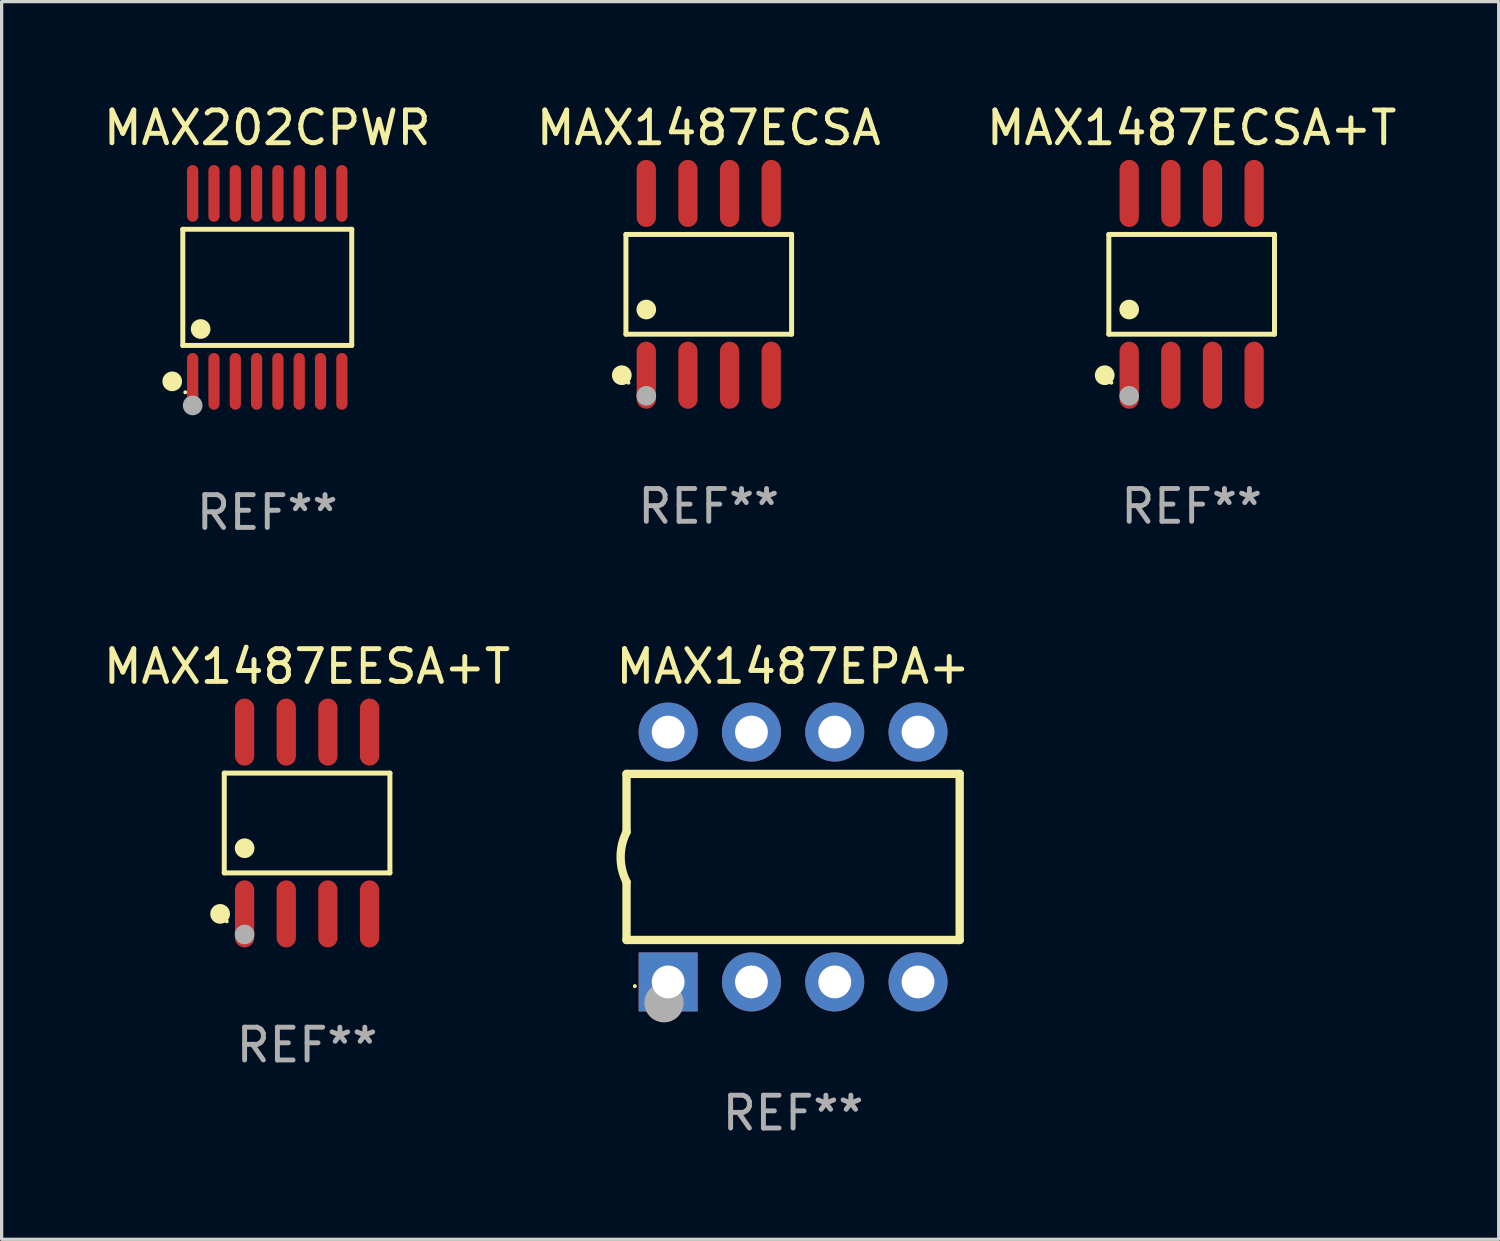
<source format=kicad_pcb>
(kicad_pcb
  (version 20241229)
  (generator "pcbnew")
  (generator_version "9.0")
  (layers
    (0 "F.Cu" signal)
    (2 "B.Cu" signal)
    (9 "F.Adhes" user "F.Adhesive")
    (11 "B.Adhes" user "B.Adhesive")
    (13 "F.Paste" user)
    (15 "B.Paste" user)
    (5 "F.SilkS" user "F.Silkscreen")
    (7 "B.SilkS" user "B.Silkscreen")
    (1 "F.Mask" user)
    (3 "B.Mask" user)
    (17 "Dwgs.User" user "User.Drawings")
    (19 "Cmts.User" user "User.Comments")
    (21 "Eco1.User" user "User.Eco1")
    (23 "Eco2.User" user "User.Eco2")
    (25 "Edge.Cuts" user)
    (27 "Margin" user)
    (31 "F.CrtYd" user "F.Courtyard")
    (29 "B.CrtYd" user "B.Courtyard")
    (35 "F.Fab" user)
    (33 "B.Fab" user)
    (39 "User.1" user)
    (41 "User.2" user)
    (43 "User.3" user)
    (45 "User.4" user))
  (footprint "MAX1487EPA+"
    (layer "F.Cu")
    (at 21.137 23.086)
    (property "Reference" "MAX1487EPA+" (at 0 -5.81 0) (layer "F.SilkS") (effects (font (size 1 1) (thickness 0.15))))
    (attr through_hole)
    (fp_line (start -5.08 -2.534) (end 5.08 -2.534) (stroke (width 0.254) (type solid)) (layer "F.SilkS"))
    (fp_line (start -5.08 -0.762) (end -5.08 -2.534) (stroke (width 0.254) (type solid)) (layer "F.SilkS"))
    (fp_line (start -5.08 2.531) (end -5.08 0.762) (stroke (width 0.254) (type solid)) (layer "F.SilkS"))
    (fp_line (start -5.08 2.531) (end 5.08 2.531) (stroke (width 0.254) (type solid)) (layer "F.SilkS"))
    (fp_line (start 5.08 2.531) (end 5.08 -2.534) (stroke (width 0.254) (type solid)) (layer "F.SilkS"))
    (fp_arc (start -5.08001 0.762001) (mid -5.259894 0) (end -5.08001 -0.762002) (stroke (width 0.254001) (type solid)) (layer "F.SilkS"))
    (fp_circle (center -4.826 3.937) (end -4.796 3.937) (stroke (width 0.06) (type solid)) (fill no) (layer "F.SilkS"))
    (fp_circle (center -3.937 4.445) (end -3.637 4.445) (stroke (width 0.6) (type solid)) (fill no) (layer "F.Fab"))
    (fp_text user "REF**" (at 0 7.81 0) (layer "F.Fab") (effects (font (size 1 1) (thickness 0.15))))
    (pad "1" thru_hole rect (at -3.81 3.81) (size 1.8 1.8) (drill 1) (layers "*.Cu" "*.Mask"))
    (pad "2" thru_hole circle (at -1.27 3.81) (size 1.8 1.8) (drill 1) (layers "*.Cu" "*.Mask"))
    (pad "3" thru_hole circle (at 1.27 3.81) (size 1.8 1.8) (drill 1) (layers "*.Cu" "*.Mask"))
    (pad "4" thru_hole circle (at 3.81 3.81) (size 1.8 1.8) (drill 1) (layers "*.Cu" "*.Mask"))
    (pad "5" thru_hole circle (at 3.81 -3.81) (size 1.8 1.8) (drill 1) (layers "*.Cu" "*.Mask"))
    (pad "6" thru_hole circle (at 1.27 -3.81) (size 1.8 1.8) (drill 1) (layers "*.Cu" "*.Mask"))
    (pad "7" thru_hole circle (at -1.27 -3.81) (size 1.8 1.8) (drill 1) (layers "*.Cu" "*.Mask"))
    (pad "8" thru_hole circle (at -3.81 -3.81) (size 1.8 1.8) (drill 1) (layers "*.Cu" "*.Mask")))
  (footprint "MAX202CPWR"
    (layer "F.Cu")
    (at 5.101 5.714)
    (property "Reference" "MAX202CPWR" (at 0 -4.866 0) (layer "F.SilkS") (effects (font (size 1 1) (thickness 0.15))))
    (attr through_hole)
    (fp_line (start -2.576 -1.772) (end 2.576 -1.772) (stroke (width 0.152) (type solid)) (layer "F.SilkS"))
    (fp_line (start -2.576 1.771) (end -2.576 -1.772) (stroke (width 0.152) (type solid)) (layer "F.SilkS"))
    (fp_line (start 2.576 -1.772) (end 2.576 1.771) (stroke (width 0.152) (type solid)) (layer "F.SilkS"))
    (fp_line (start 2.576 1.771) (end -2.576 1.771) (stroke (width 0.152) (type solid)) (layer "F.SilkS"))
    (fp_circle (center -2.899 2.866) (end -2.749 2.866) (stroke (width 0.3) (type solid)) (fill no) (layer "F.SilkS"))
    (fp_circle (center -2.5 3.2) (end -2.47 3.2) (stroke (width 0.06) (type solid)) (fill no) (layer "F.SilkS"))
    (fp_circle (center -2.032 1.27) (end -1.882 1.27) (stroke (width 0.3) (type solid)) (fill no) (layer "F.SilkS"))
    (fp_circle (center -2.275 3.6) (end -2.125 3.6) (stroke (width 0.3) (type solid)) (fill no) (layer "F.Fab"))
    (fp_text user "REF**" (at 0 6.866 0) (layer "F.Fab") (effects (font (size 1 1) (thickness 0.15))))
    (pad "1" smd oval (at -2.275 2.866) (size 0.343 1.731) (layers "F.Cu" "F.Mask" "F.Paste"))
    (pad "2" smd oval (at -1.625 2.866) (size 0.343 1.731) (layers "F.Cu" "F.Mask" "F.Paste"))
    (pad "3" smd oval (at -0.975 2.866) (size 0.343 1.731) (layers "F.Cu" "F.Mask" "F.Paste"))
    (pad "4" smd oval (at -0.325 2.866) (size 0.343 1.731) (layers "F.Cu" "F.Mask" "F.Paste"))
    (pad "5" smd oval (at 0.325 2.866) (size 0.343 1.731) (layers "F.Cu" "F.Mask" "F.Paste"))
    (pad "6" smd oval (at 0.975 2.866) (size 0.343 1.731) (layers "F.Cu" "F.Mask" "F.Paste"))
    (pad "7" smd oval (at 1.625 2.866) (size 0.343 1.731) (layers "F.Cu" "F.Mask" "F.Paste"))
    (pad "8" smd oval (at 2.275 2.866) (size 0.343 1.731) (layers "F.Cu" "F.Mask" "F.Paste"))
    (pad "9" smd oval (at 2.275 -2.866) (size 0.343 1.731) (layers "F.Cu" "F.Mask" "F.Paste"))
    (pad "10" smd oval (at 1.625 -2.866) (size 0.343 1.731) (layers "F.Cu" "F.Mask" "F.Paste"))
    (pad "11" smd oval (at 0.975 -2.866) (size 0.343 1.731) (layers "F.Cu" "F.Mask" "F.Paste"))
    (pad "12" smd oval (at 0.325 -2.866) (size 0.343 1.731) (layers "F.Cu" "F.Mask" "F.Paste"))
    (pad "13" smd oval (at -0.325 -2.866) (size 0.343 1.731) (layers "F.Cu" "F.Mask" "F.Paste"))
    (pad "14" smd oval (at -0.975 -2.866) (size 0.343 1.731) (layers "F.Cu" "F.Mask" "F.Paste"))
    (pad "15" smd oval (at -1.625 -2.866) (size 0.343 1.731) (layers "F.Cu" "F.Mask" "F.Paste"))
    (pad "16" smd oval (at -2.275 -2.866) (size 0.343 1.731) (layers "F.Cu" "F.Mask" "F.Paste")))
  (footprint "MAX1487ECSA"
    (layer "F.Cu")
    (at 18.565 5.621)
    (property "Reference" "MAX1487ECSA" (at 0 -4.772 0) (layer "F.SilkS") (effects (font (size 1 1) (thickness 0.15))))
    (attr through_hole)
    (fp_line (start -2.526 -1.521) (end 2.526 -1.521) (stroke (width 0.152) (type solid)) (layer "F.SilkS"))
    (fp_line (start -2.526 1.521) (end -2.526 -1.521) (stroke (width 0.152) (type solid)) (layer "F.SilkS"))
    (fp_line (start 2.526 -1.521) (end 2.526 1.521) (stroke (width 0.152) (type solid)) (layer "F.SilkS"))
    (fp_line (start 2.526 1.521) (end -2.526 1.521) (stroke (width 0.152) (type solid)) (layer "F.SilkS"))
    (fp_circle (center -2.652 2.772) (end -2.501 2.772) (stroke (width 0.3) (type solid)) (fill no) (layer "F.SilkS"))
    (fp_circle (center -2.45 3) (end -2.42 3) (stroke (width 0.06) (type solid)) (fill no) (layer "F.SilkS"))
    (fp_circle (center -1.905 0.769) (end -1.755 0.769) (stroke (width 0.3) (type solid)) (fill no) (layer "F.SilkS"))
    (fp_circle (center -1.905 3.4) (end -1.755 3.4) (stroke (width 0.3) (type solid)) (fill no) (layer "F.Fab"))
    (fp_text user "REF**" (at 0 6.772 0) (layer "F.Fab") (effects (font (size 1 1) (thickness 0.15))))
    (pad "1" smd oval (at -1.905 2.772) (size 0.588 2.045) (layers "F.Cu" "F.Mask" "F.Paste"))
    (pad "2" smd oval (at -0.635 2.772) (size 0.588 2.045) (layers "F.Cu" "F.Mask" "F.Paste"))
    (pad "3" smd oval (at 0.635 2.772) (size 0.588 2.045) (layers "F.Cu" "F.Mask" "F.Paste"))
    (pad "4" smd oval (at 1.905 2.772) (size 0.588 2.045) (layers "F.Cu" "F.Mask" "F.Paste"))
    (pad "5" smd oval (at 1.905 -2.772) (size 0.588 2.045) (layers "F.Cu" "F.Mask" "F.Paste"))
    (pad "6" smd oval (at 0.635 -2.772) (size 0.588 2.045) (layers "F.Cu" "F.Mask" "F.Paste"))
    (pad "7" smd oval (at -0.635 -2.772) (size 0.588 2.045) (layers "F.Cu" "F.Mask" "F.Paste"))
    (pad "8" smd oval (at -1.905 -2.772) (size 0.588 2.045) (layers "F.Cu" "F.Mask" "F.Paste")))
  (footprint "MAX1487EESA+T"
    (layer "F.Cu")
    (at 6.315 22.049)
    (property "Reference" "MAX1487EESA+T" (at 0 -4.772 0) (layer "F.SilkS") (effects (font (size 1 1) (thickness 0.15))))
    (attr through_hole)
    (fp_line (start -2.526 -1.521) (end 2.526 -1.521) (stroke (width 0.152) (type solid)) (layer "F.SilkS"))
    (fp_line (start -2.526 1.521) (end -2.526 -1.521) (stroke (width 0.152) (type solid)) (layer "F.SilkS"))
    (fp_line (start 2.526 -1.521) (end 2.526 1.521) (stroke (width 0.152) (type solid)) (layer "F.SilkS"))
    (fp_line (start 2.526 1.521) (end -2.526 1.521) (stroke (width 0.152) (type solid)) (layer "F.SilkS"))
    (fp_circle (center -2.652 2.772) (end -2.501 2.772) (stroke (width 0.3) (type solid)) (fill no) (layer "F.SilkS"))
    (fp_circle (center -2.45 3) (end -2.42 3) (stroke (width 0.06) (type solid)) (fill no) (layer "F.SilkS"))
    (fp_circle (center -1.905 0.769) (end -1.755 0.769) (stroke (width 0.3) (type solid)) (fill no) (layer "F.SilkS"))
    (fp_circle (center -1.905 3.4) (end -1.755 3.4) (stroke (width 0.3) (type solid)) (fill no) (layer "F.Fab"))
    (fp_text user "REF**" (at 0 6.772 0) (layer "F.Fab") (effects (font (size 1 1) (thickness 0.15))))
    (pad "1" smd oval (at -1.905 2.772) (size 0.588 2.045) (layers "F.Cu" "F.Mask" "F.Paste"))
    (pad "2" smd oval (at -0.635 2.772) (size 0.588 2.045) (layers "F.Cu" "F.Mask" "F.Paste"))
    (pad "3" smd oval (at 0.635 2.772) (size 0.588 2.045) (layers "F.Cu" "F.Mask" "F.Paste"))
    (pad "4" smd oval (at 1.905 2.772) (size 0.588 2.045) (layers "F.Cu" "F.Mask" "F.Paste"))
    (pad "5" smd oval (at 1.905 -2.772) (size 0.588 2.045) (layers "F.Cu" "F.Mask" "F.Paste"))
    (pad "6" smd oval (at 0.635 -2.772) (size 0.588 2.045) (layers "F.Cu" "F.Mask" "F.Paste"))
    (pad "7" smd oval (at -0.635 -2.772) (size 0.588 2.045) (layers "F.Cu" "F.Mask" "F.Paste"))
    (pad "8" smd oval (at -1.905 -2.772) (size 0.588 2.045) (layers "F.Cu" "F.Mask" "F.Paste")))
  (footprint "MAX1487ECSA+T"
    (layer "F.Cu")
    (at 33.292 5.621)
    (property "Reference" "MAX1487ECSA+T" (at 0 -4.772 0) (layer "F.SilkS") (effects (font (size 1 1) (thickness 0.15))))
    (attr through_hole)
    (fp_line (start -2.526 -1.521) (end 2.526 -1.521) (stroke (width 0.152) (type solid)) (layer "F.SilkS"))
    (fp_line (start -2.526 1.521) (end -2.526 -1.521) (stroke (width 0.152) (type solid)) (layer "F.SilkS"))
    (fp_line (start 2.526 -1.521) (end 2.526 1.521) (stroke (width 0.152) (type solid)) (layer "F.SilkS"))
    (fp_line (start 2.526 1.521) (end -2.526 1.521) (stroke (width 0.152) (type solid)) (layer "F.SilkS"))
    (fp_circle (center -2.652 2.772) (end -2.501 2.772) (stroke (width 0.3) (type solid)) (fill no) (layer "F.SilkS"))
    (fp_circle (center -2.45 3) (end -2.42 3) (stroke (width 0.06) (type solid)) (fill no) (layer "F.SilkS"))
    (fp_circle (center -1.905 0.769) (end -1.755 0.769) (stroke (width 0.3) (type solid)) (fill no) (layer "F.SilkS"))
    (fp_circle (center -1.905 3.4) (end -1.755 3.4) (stroke (width 0.3) (type solid)) (fill no) (layer "F.Fab"))
    (fp_text user "REF**" (at 0 6.772 0) (layer "F.Fab") (effects (font (size 1 1) (thickness 0.15))))
    (pad "1" smd oval (at -1.905 2.772) (size 0.588 2.045) (layers "F.Cu" "F.Mask" "F.Paste"))
    (pad "2" smd oval (at -0.635 2.772) (size 0.588 2.045) (layers "F.Cu" "F.Mask" "F.Paste"))
    (pad "3" smd oval (at 0.635 2.772) (size 0.588 2.045) (layers "F.Cu" "F.Mask" "F.Paste"))
    (pad "4" smd oval (at 1.905 2.772) (size 0.588 2.045) (layers "F.Cu" "F.Mask" "F.Paste"))
    (pad "5" smd oval (at 1.905 -2.772) (size 0.588 2.045) (layers "F.Cu" "F.Mask" "F.Paste"))
    (pad "6" smd oval (at 0.635 -2.772) (size 0.588 2.045) (layers "F.Cu" "F.Mask" "F.Paste"))
    (pad "7" smd oval (at -0.635 -2.772) (size 0.588 2.045) (layers "F.Cu" "F.Mask" "F.Paste"))
    (pad "8" smd oval (at -1.905 -2.772) (size 0.588 2.045) (layers "F.Cu" "F.Mask" "F.Paste")))
  (gr_rect
    (start -3 -3)
    (end 42.655 34.745)
    (stroke (width 0.1) (type default))
    (fill no)
    (layer "Edge.Cuts")))
</source>
